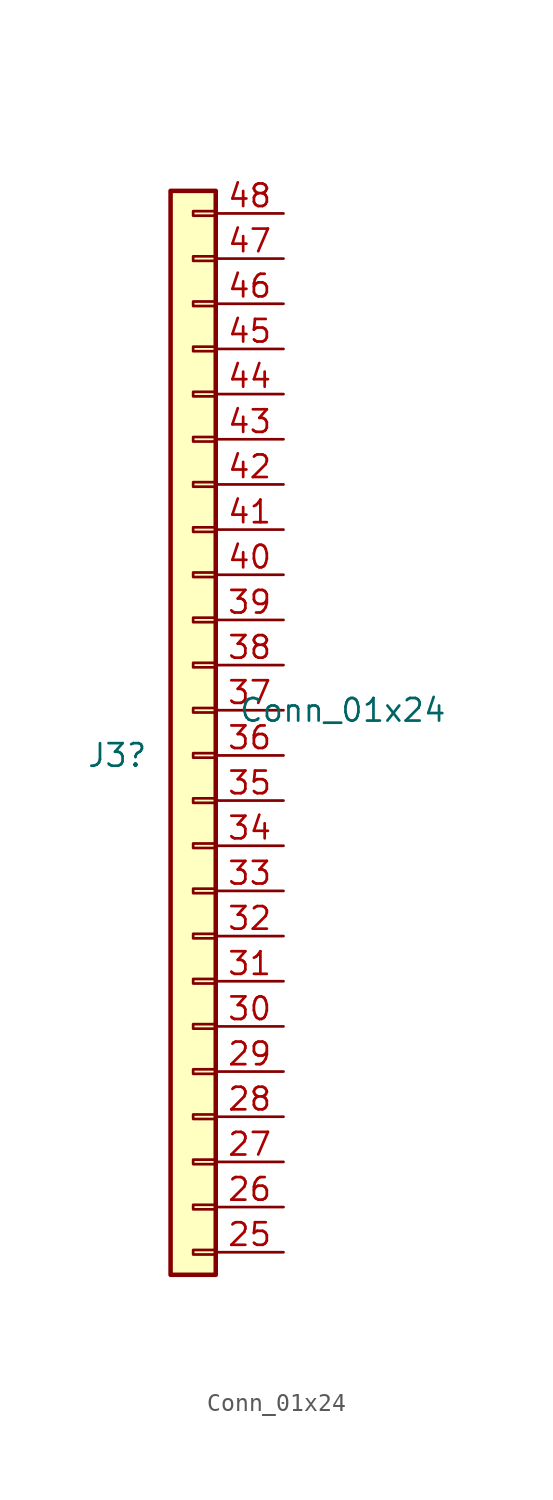
<source format=kicad_sym>
(kicad_symbol_lib
  (version 20241209)
  (generator "kicad_symbol_editor")
  (generator_version "9.0")
  (symbol "Conn_01x24"
    (pin_names
      (offset 1.016)
      (hide yes))
    (property "Reference" "J3"
      (at -2.54 -2.54 0)
      (effects (font (size 1.27 1.27)) (justify right)))
    (property "Value" "Conn_01x24"
      (at 2.54 -0.0001 0)
      (effects (font (size 1.27 1.27)) (justify left)))
    (symbol "Conn_01x24_1_1"
      (rectangle (start 1.27 27.813) (end 0 28.067) (stroke (width 0.152) (type default)) (fill (type none)))
      (rectangle (start 1.27 25.273) (end 0 25.527) (stroke (width 0.152) (type default)) (fill (type none)))
      (rectangle (start 1.27 22.733) (end 0 22.987) (stroke (width 0.152) (type default)) (fill (type none)))
      (rectangle (start 1.27 20.193) (end 0 20.447) (stroke (width 0.152) (type default)) (fill (type none)))
      (rectangle (start 1.27 17.653) (end 0 17.907) (stroke (width 0.152) (type default)) (fill (type none)))
      (rectangle (start 1.27 15.113) (end 0 15.367) (stroke (width 0.152) (type default)) (fill (type none)))
      (rectangle (start 1.27 12.573) (end 0 12.827) (stroke (width 0.152) (type default)) (fill (type none)))
      (rectangle (start 1.27 10.033) (end 0 10.287) (stroke (width 0.152) (type default)) (fill (type none)))
      (rectangle (start 1.27 7.493) (end 0 7.747) (stroke (width 0.152) (type default)) (fill (type none)))
      (rectangle (start 1.27 4.953) (end 0 5.207) (stroke (width 0.152) (type default)) (fill (type none)))
      (rectangle (start 1.27 2.413) (end 0 2.667) (stroke (width 0.152) (type default)) (fill (type none)))
      (rectangle (start 1.27 -0.127) (end 0 0.127) (stroke (width 0.152) (type default)) (fill (type none)))
      (rectangle (start 1.27 -2.667) (end 0 -2.413) (stroke (width 0.152) (type default)) (fill (type none)))
      (rectangle (start 1.27 -5.207) (end 0 -4.953) (stroke (width 0.152) (type default)) (fill (type none)))
      (rectangle (start 1.27 -7.747) (end 0 -7.493) (stroke (width 0.152) (type default)) (fill (type none)))
      (rectangle (start 1.27 -10.287) (end 0 -10.033) (stroke (width 0.152) (type default)) (fill (type none)))
      (rectangle (start 1.27 -12.827) (end 0 -12.573) (stroke (width 0.152) (type default)) (fill (type none)))
      (rectangle (start 1.27 -15.367) (end 0 -15.113) (stroke (width 0.152) (type default)) (fill (type none)))
      (rectangle (start 1.27 -17.907) (end 0 -17.653) (stroke (width 0.152) (type default)) (fill (type none)))
      (rectangle (start 1.27 -20.447) (end 0 -20.193) (stroke (width 0.152) (type default)) (fill (type none)))
      (rectangle (start 1.27 -22.987) (end 0 -22.733) (stroke (width 0.152) (type default)) (fill (type none)))
      (rectangle (start 1.27 -25.527) (end 0 -25.273) (stroke (width 0.152) (type default)) (fill (type none)))
      (rectangle (start 1.27 -28.067) (end 0 -27.813) (stroke (width 0.152) (type default)) (fill (type none)))
      (rectangle (start 1.27 -30.607) (end 0 -30.353) (stroke (width 0.152) (type default)) (fill (type none)))
      (rectangle (start 1.27 -31.75) (end -1.27 29.21) (stroke (width 0.254) (type default)) (fill (type background)))
      (pin passive line (at 5.08 27.94 180) (length 3.81) (name "Pin_24" (effects (font (size 1.27 1.27)))) (number "48" (effects (font (size 1.27 1.27)))))
      (pin passive line (at 5.08 25.4 180) (length 3.81) (name "Pin_23" (effects (font (size 1.27 1.27)))) (number "47" (effects (font (size 1.27 1.27)))))
      (pin passive line (at 5.08 22.86 180) (length 3.81) (name "Pin_22" (effects (font (size 1.27 1.27)))) (number "46" (effects (font (size 1.27 1.27)))))
      (pin passive line (at 5.08 20.32 180) (length 3.81) (name "Pin_21" (effects (font (size 1.27 1.27)))) (number "45" (effects (font (size 1.27 1.27)))))
      (pin passive line (at 5.08 17.78 180) (length 3.81) (name "Pin_20" (effects (font (size 1.27 1.27)))) (number "44" (effects (font (size 1.27 1.27)))))
      (pin passive line (at 5.08 15.24 180) (length 3.81) (name "Pin_19" (effects (font (size 1.27 1.27)))) (number "43" (effects (font (size 1.27 1.27)))))
      (pin passive line (at 5.08 12.7 180) (length 3.81) (name "Pin_18" (effects (font (size 1.27 1.27)))) (number "42" (effects (font (size 1.27 1.27)))))
      (pin passive line (at 5.08 10.16 180) (length 3.81) (name "Pin_17" (effects (font (size 1.27 1.27)))) (number "41" (effects (font (size 1.27 1.27)))))
      (pin passive line (at 5.08 7.62 180) (length 3.81) (name "Pin_16" (effects (font (size 1.27 1.27)))) (number "40" (effects (font (size 1.27 1.27)))))
      (pin passive line (at 5.08 5.08 180) (length 3.81) (name "Pin_15" (effects (font (size 1.27 1.27)))) (number "39" (effects (font (size 1.27 1.27)))))
      (pin passive line (at 5.08 2.54 180) (length 3.81) (name "Pin_14" (effects (font (size 1.27 1.27)))) (number "38" (effects (font (size 1.27 1.27)))))
      (pin passive line (at 5.08 0 180) (length 3.81) (name "Pin_13" (effects (font (size 1.27 1.27)))) (number "37" (effects (font (size 1.27 1.27)))))
      (pin passive line (at 5.08 -2.54 180) (length 3.81) (name "Pin_12" (effects (font (size 1.27 1.27)))) (number "36" (effects (font (size 1.27 1.27)))))
      (pin passive line (at 5.08 -5.08 180) (length 3.81) (name "Pin_11" (effects (font (size 1.27 1.27)))) (number "35" (effects (font (size 1.27 1.27)))))
      (pin passive line (at 5.08 -7.62 180) (length 3.81) (name "Pin_10" (effects (font (size 1.27 1.27)))) (number "34" (effects (font (size 1.27 1.27)))))
      (pin passive line (at 5.08 -10.16 180) (length 3.81) (name "Pin_9" (effects (font (size 1.27 1.27)))) (number "33" (effects (font (size 1.27 1.27)))))
      (pin passive line (at 5.08 -12.7 180) (length 3.81) (name "Pin_8" (effects (font (size 1.27 1.27)))) (number "32" (effects (font (size 1.27 1.27)))))
      (pin passive line (at 5.08 -15.24 180) (length 3.81) (name "Pin_7" (effects (font (size 1.27 1.27)))) (number "31" (effects (font (size 1.27 1.27)))))
      (pin passive line (at 5.08 -17.78 180) (length 3.81) (name "Pin_6" (effects (font (size 1.27 1.27)))) (number "30" (effects (font (size 1.27 1.27)))))
      (pin passive line (at 5.08 -20.32 180) (length 3.81) (name "Pin_5" (effects (font (size 1.27 1.27)))) (number "29" (effects (font (size 1.27 1.27)))))
      (pin passive line (at 5.08 -22.86 180) (length 3.81) (name "Pin_4" (effects (font (size 1.27 1.27)))) (number "28" (effects (font (size 1.27 1.27)))))
      (pin passive line (at 5.08 -25.4 180) (length 3.81) (name "Pin_3" (effects (font (size 1.27 1.27)))) (number "27" (effects (font (size 1.27 1.27)))))
      (pin passive line (at 5.08 -27.94 180) (length 3.81) (name "Pin_2" (effects (font (size 1.27 1.27)))) (number "26" (effects (font (size 1.27 1.27)))))
      (pin passive line (at 5.08 -30.48 180) (length 3.81) (name "Pin_1" (effects (font (size 1.27 1.27)))) (number "25" (effects (font (size 1.27 1.27))))))))
</source>
